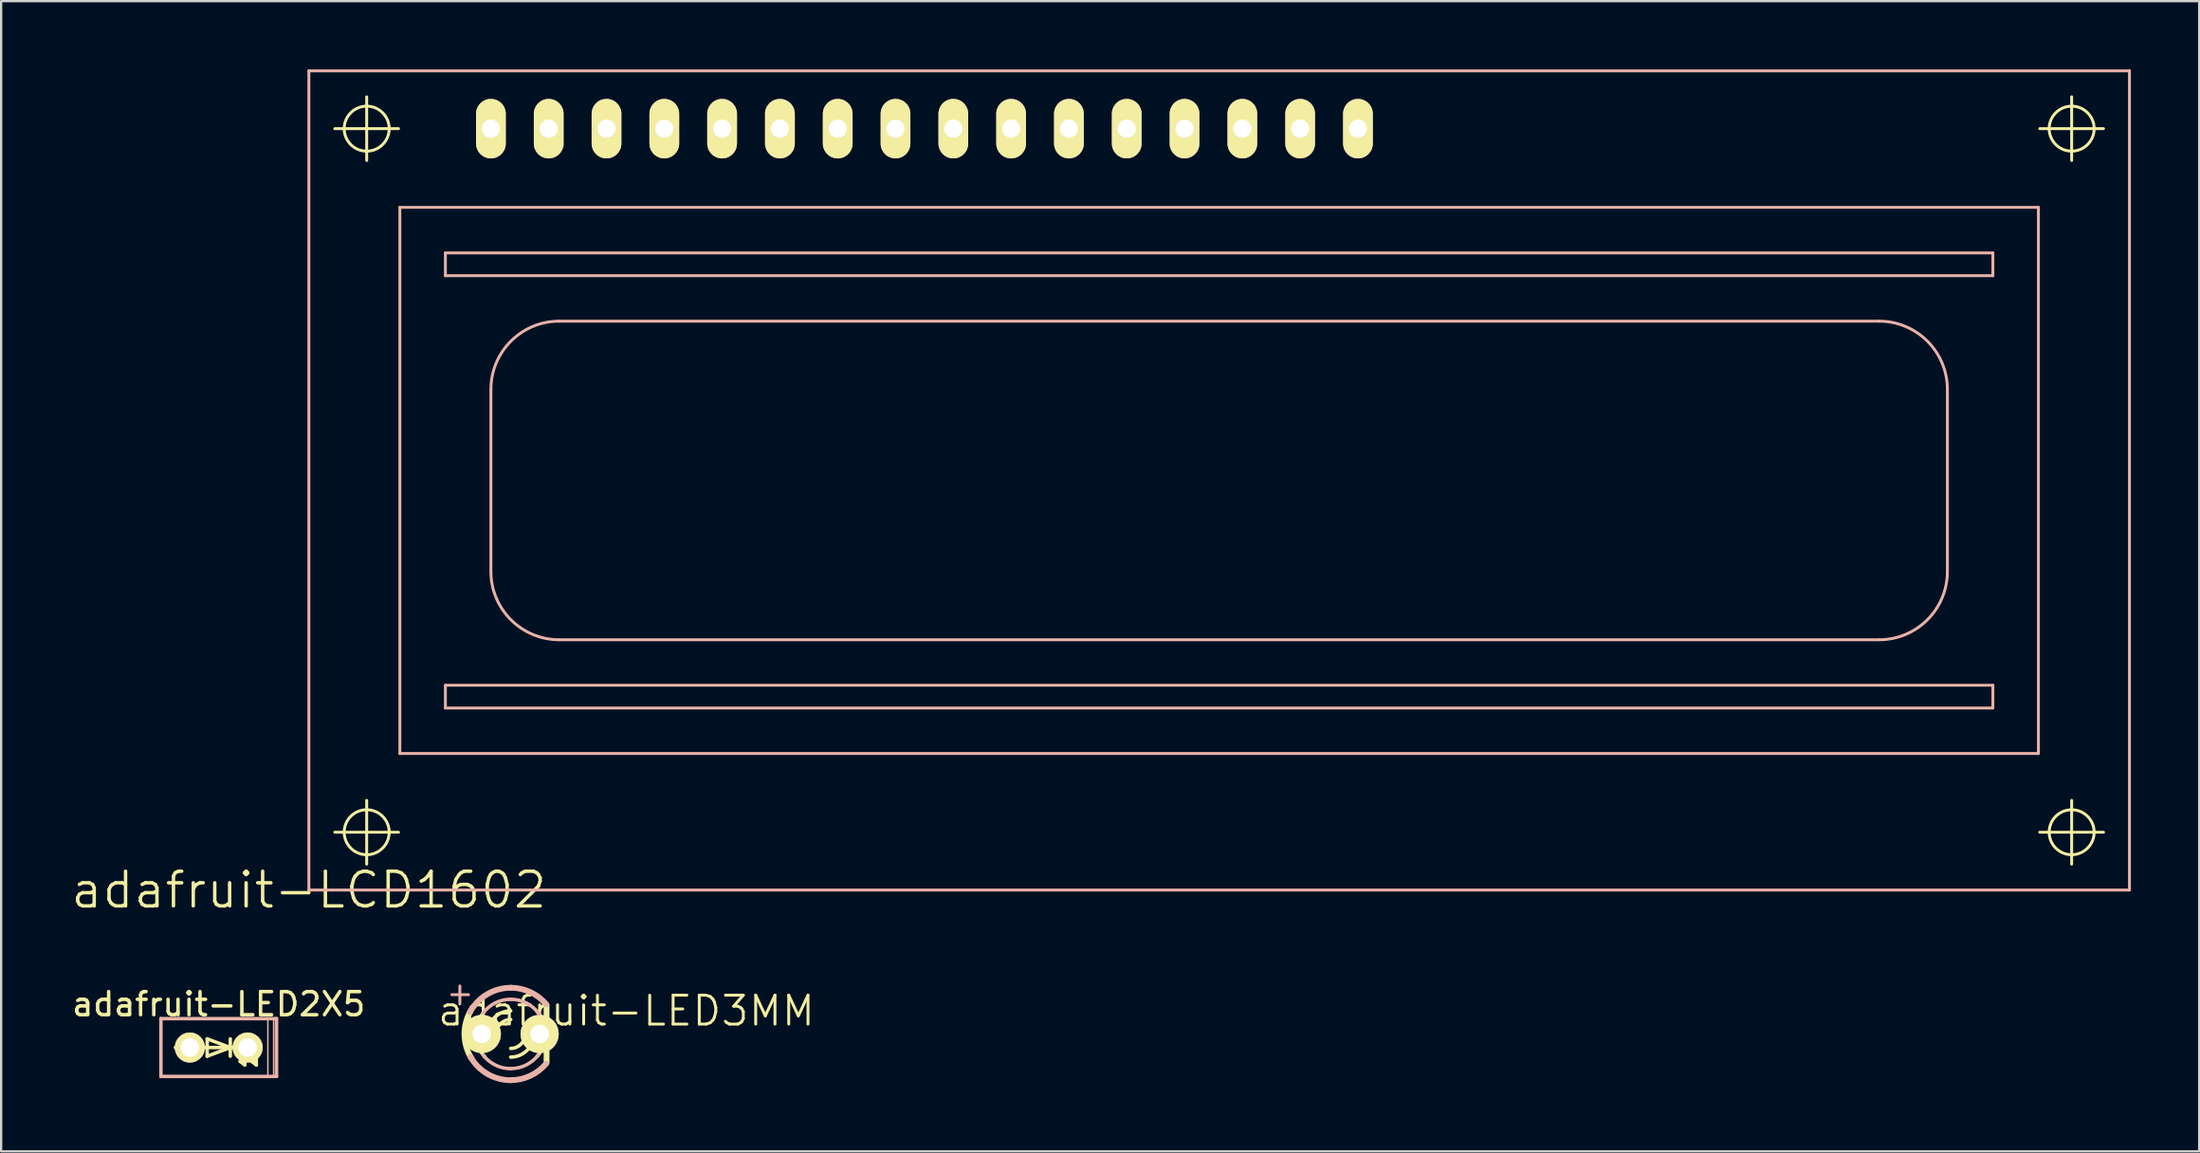
<source format=kicad_pcb>
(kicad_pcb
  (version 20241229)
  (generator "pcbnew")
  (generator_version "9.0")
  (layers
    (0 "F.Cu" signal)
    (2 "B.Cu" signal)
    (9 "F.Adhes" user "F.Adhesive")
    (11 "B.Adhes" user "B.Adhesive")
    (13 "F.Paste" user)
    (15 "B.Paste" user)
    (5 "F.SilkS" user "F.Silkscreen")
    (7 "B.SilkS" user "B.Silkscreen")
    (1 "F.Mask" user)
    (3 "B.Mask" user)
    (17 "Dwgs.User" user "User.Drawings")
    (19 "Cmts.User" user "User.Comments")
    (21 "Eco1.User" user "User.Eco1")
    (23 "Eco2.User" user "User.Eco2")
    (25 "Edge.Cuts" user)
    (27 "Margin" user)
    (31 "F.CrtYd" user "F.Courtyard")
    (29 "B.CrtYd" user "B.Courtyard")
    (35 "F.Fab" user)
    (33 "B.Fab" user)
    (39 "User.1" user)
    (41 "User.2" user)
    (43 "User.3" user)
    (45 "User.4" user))
  (footprint "adafruit-LCD1602"
    (layer "F.Cu")
    (at 10.523 36.063)
    (property "Reference" "adafruit-LCD1602" (at 0 0 0) (layer "F.SilkS") (effects (font (size 1.524 1.524) (thickness 0.15))))
    (attr exclude_from_pos_files exclude_from_bom)
    (fp_line (start 1.138 -33.459) (end 3.94 -33.459) (stroke (width 0.127) (type solid)) (layer "F.SilkS"))
    (fp_line (start 1.138 -2.54) (end 3.94 -2.54) (stroke (width 0.127) (type solid)) (layer "F.SilkS"))
    (fp_line (start 2.54 -32.06) (end 2.54 -34.859) (stroke (width 0.127) (type solid)) (layer "F.SilkS"))
    (fp_line (start 2.54 -1.138) (end 2.54 -3.94) (stroke (width 0.127) (type solid)) (layer "F.SilkS"))
    (fp_line (start 76.058 -33.459) (end 78.859 -33.459) (stroke (width 0.127) (type solid)) (layer "F.SilkS"))
    (fp_line (start 76.058 -2.54) (end 78.859 -2.54) (stroke (width 0.127) (type solid)) (layer "F.SilkS"))
    (fp_line (start 77.46 -32.06) (end 77.46 -34.859) (stroke (width 0.127) (type solid)) (layer "F.SilkS"))
    (fp_line (start 77.46 -1.138) (end 77.46 -3.94) (stroke (width 0.127) (type solid)) (layer "F.SilkS"))
    (fp_circle (center 2.54 -33.459) (end 3.239 -34.158) (stroke (width 0.127) (type solid)) (fill no) (layer "F.SilkS"))
    (fp_circle (center 2.54 -2.54) (end 3.239 -3.239) (stroke (width 0.127) (type solid)) (fill no) (layer "F.SilkS"))
    (fp_circle (center 77.46 -33.459) (end 78.158 -34.158) (stroke (width 0.127) (type solid)) (fill no) (layer "F.SilkS"))
    (fp_circle (center 77.46 -2.54) (end 78.158 -3.239) (stroke (width 0.127) (type solid)) (fill no) (layer "F.SilkS"))
    (fp_line (start 0 -35.999) (end 0 0) (stroke (width 0.127) (type solid)) (layer "B.SilkS"))
    (fp_line (start 0 0) (end 80 0) (stroke (width 0.127) (type solid)) (layer "B.SilkS"))
    (fp_line (start 3.998 -30) (end 75.999 -30) (stroke (width 0.127) (type solid)) (layer "B.SilkS"))
    (fp_line (start 3.998 -5.999) (end 3.998 -30) (stroke (width 0.127) (type solid)) (layer "B.SilkS"))
    (fp_line (start 5.999 -27.998) (end 73.998 -27.998) (stroke (width 0.127) (type solid)) (layer "B.SilkS"))
    (fp_line (start 5.999 -26.998) (end 5.999 -27.998) (stroke (width 0.127) (type solid)) (layer "B.SilkS"))
    (fp_line (start 5.999 -8.999) (end 5.999 -7.998) (stroke (width 0.127) (type solid)) (layer "B.SilkS"))
    (fp_line (start 5.999 -7.998) (end 73.998 -7.998) (stroke (width 0.127) (type solid)) (layer "B.SilkS"))
    (fp_line (start 7.998 -21.999) (end 7.998 -13.998) (stroke (width 0.127) (type solid)) (layer "B.SilkS"))
    (fp_line (start 10.998 -10.998) (end 68.999 -10.998) (stroke (width 0.127) (type solid)) (layer "B.SilkS"))
    (fp_line (start 68.999 -24.999) (end 10.998 -24.999) (stroke (width 0.127) (type solid)) (layer "B.SilkS"))
    (fp_line (start 71.999 -13.998) (end 71.999 -21.999) (stroke (width 0.127) (type solid)) (layer "B.SilkS"))
    (fp_line (start 73.998 -27.998) (end 73.998 -26.998) (stroke (width 0.127) (type solid)) (layer "B.SilkS"))
    (fp_line (start 73.998 -26.998) (end 5.999 -26.998) (stroke (width 0.127) (type solid)) (layer "B.SilkS"))
    (fp_line (start 73.998 -8.999) (end 5.999 -8.999) (stroke (width 0.127) (type solid)) (layer "B.SilkS"))
    (fp_line (start 73.998 -7.998) (end 73.998 -8.999) (stroke (width 0.127) (type solid)) (layer "B.SilkS"))
    (fp_line (start 75.999 -30) (end 75.999 -5.999) (stroke (width 0.127) (type solid)) (layer "B.SilkS"))
    (fp_line (start 75.999 -5.999) (end 3.998 -5.999) (stroke (width 0.127) (type solid)) (layer "B.SilkS"))
    (fp_line (start 80 -35.999) (end 0 -35.999) (stroke (width 0.127) (type solid)) (layer "B.SilkS"))
    (fp_line (start 80 0) (end 80 -35.999) (stroke (width 0.127) (type solid)) (layer "B.SilkS"))
    (fp_arc (start 7.99846 -21.99894) (mid 8.877064 -24.120076) (end 10.9982 -24.99868) (stroke (width 0.127) (type solid)) (layer "B.SilkS"))
    (fp_arc (start 10.9982 -10.9982) (mid 8.877064 -11.876804) (end 7.99846 -13.99794) (stroke (width 0.127) (type solid)) (layer "B.SilkS"))
    (fp_arc (start 68.9991 -24.99868) (mid 71.120236 -24.120076) (end 71.99884 -21.99894) (stroke (width 0.127) (type solid)) (layer "B.SilkS"))
    (fp_arc (start 71.99884 -13.99794) (mid 71.120236 -11.876804) (end 68.9991 -10.9982) (stroke (width 0.127) (type solid)) (layer "B.SilkS"))
    (pad "1" thru_hole oval (at 7.998 -33.459 180) (size 1.306 2.614) (drill 0.798) (layers "*.Cu" "F.Mask" "F.SilkS" "F.Paste"))
    (pad "2" thru_hole oval (at 10.538 -33.459 180) (size 1.306 2.614) (drill 0.798) (layers "*.Cu" "F.Mask" "F.SilkS" "F.Paste"))
    (pad "3" thru_hole oval (at 13.078 -33.459 180) (size 1.306 2.614) (drill 0.798) (layers "*.Cu" "F.Mask" "F.SilkS" "F.Paste"))
    (pad "4" thru_hole oval (at 15.618 -33.459 180) (size 1.306 2.614) (drill 0.798) (layers "*.Cu" "F.Mask" "F.SilkS" "F.Paste"))
    (pad "5" thru_hole oval (at 18.158 -33.459 180) (size 1.306 2.614) (drill 0.798) (layers "*.Cu" "F.Mask" "F.SilkS" "F.Paste"))
    (pad "6" thru_hole oval (at 20.698 -33.459 180) (size 1.306 2.614) (drill 0.798) (layers "*.Cu" "F.Mask" "F.SilkS" "F.Paste"))
    (pad "7" thru_hole oval (at 23.238 -33.459 180) (size 1.306 2.614) (drill 0.798) (layers "*.Cu" "F.Mask" "F.SilkS" "F.Paste"))
    (pad "8" thru_hole oval (at 25.778 -33.459 180) (size 1.306 2.614) (drill 0.798) (layers "*.Cu" "F.Mask" "F.SilkS" "F.Paste"))
    (pad "9" thru_hole oval (at 28.318 -33.459 180) (size 1.306 2.614) (drill 0.798) (layers "*.Cu" "F.Mask" "F.SilkS" "F.Paste"))
    (pad "10" thru_hole oval (at 30.858 -33.459 180) (size 1.306 2.614) (drill 0.798) (layers "*.Cu" "F.Mask" "F.SilkS" "F.Paste"))
    (pad "11" thru_hole oval (at 33.398 -33.459 180) (size 1.306 2.614) (drill 0.798) (layers "*.Cu" "F.Mask" "F.SilkS" "F.Paste"))
    (pad "12" thru_hole oval (at 35.938 -33.459 180) (size 1.306 2.614) (drill 0.798) (layers "*.Cu" "F.Mask" "F.SilkS" "F.Paste"))
    (pad "13" thru_hole oval (at 38.478 -33.459 180) (size 1.306 2.614) (drill 0.798) (layers "*.Cu" "F.Mask" "F.SilkS" "F.Paste"))
    (pad "14" thru_hole oval (at 41.018 -33.459 180) (size 1.306 2.614) (drill 0.798) (layers "*.Cu" "F.Mask" "F.SilkS" "F.Paste"))
    (pad "15" thru_hole oval (at 43.558 -33.459 180) (size 1.306 2.614) (drill 0.798) (layers "*.Cu" "F.Mask" "F.SilkS" "F.Paste"))
    (pad "16" thru_hole oval (at 46.098 -33.459 180) (size 1.306 2.614) (drill 0.798) (layers "*.Cu" "F.Mask" "F.SilkS" "F.Paste")))
  (footprint "adafruit-LED2X5"
    (layer "F.Cu")
    (at 6.562 42.985)
    (property "Reference" "adafruit-LED2X5" (at 0 -1.905 0) (layer "F.SilkS") (effects (font (size 1.016 1.016) (thickness 0.152))))
    (attr exclude_from_pos_files exclude_from_bom)
    (fp_line (start -1.905 0) (end 0.508 0) (stroke (width 0.152) (type solid)) (layer "F.SilkS"))
    (fp_line (start -0.508 -0.381) (end -0.508 0.381) (stroke (width 0.152) (type solid)) (layer "F.SilkS"))
    (fp_line (start -0.508 -0.381) (end 0.508 0) (stroke (width 0.152) (type solid)) (layer "F.SilkS"))
    (fp_line (start 0.508 -0.381) (end 0.508 0) (stroke (width 0.152) (type solid)) (layer "F.SilkS"))
    (fp_line (start 0.508 0) (end -0.508 0.381) (stroke (width 0.152) (type solid)) (layer "F.SilkS"))
    (fp_line (start 0.508 0) (end 0.508 0.381) (stroke (width 0.152) (type solid)) (layer "F.SilkS"))
    (fp_line (start 0.508 0) (end 1.778 0) (stroke (width 0.152) (type solid)) (layer "F.SilkS"))
    (fp_line (start 0.889 0.254) (end 1.143 0.762) (stroke (width 0.152) (type solid)) (layer "F.SilkS"))
    (fp_line (start 0.94 0.61) (end 1.143 0.508) (stroke (width 0.152) (type solid)) (layer "F.SilkS"))
    (fp_line (start 1.143 0.762) (end 0.94 0.61) (stroke (width 0.152) (type solid)) (layer "F.SilkS"))
    (fp_line (start 1.143 0.762) (end 1.143 0.508) (stroke (width 0.152) (type solid)) (layer "F.SilkS"))
    (fp_line (start 1.397 0.254) (end 1.651 0.762) (stroke (width 0.152) (type solid)) (layer "F.SilkS"))
    (fp_line (start 1.448 0.61) (end 1.651 0.508) (stroke (width 0.152) (type solid)) (layer "F.SilkS"))
    (fp_line (start 1.651 0.762) (end 1.448 0.61) (stroke (width 0.152) (type solid)) (layer "F.SilkS"))
    (fp_line (start 1.651 0.762) (end 1.651 0.508) (stroke (width 0.152) (type solid)) (layer "F.SilkS"))
    (fp_line (start -2.54 1.27) (end -2.54 -1.27) (stroke (width 0.152) (type solid)) (layer "B.SilkS"))
    (fp_line (start -2.54 1.27) (end 2.54 1.27) (stroke (width 0.152) (type solid)) (layer "B.SilkS"))
    (fp_line (start 2.159 -1.27) (end 2.413 -1.27) (stroke (width 0.066) (type solid)) (layer "B.SilkS"))
    (fp_line (start 2.159 1.27) (end 2.159 -1.27) (stroke (width 0.066) (type solid)) (layer "B.SilkS"))
    (fp_line (start 2.159 1.27) (end 2.413 1.27) (stroke (width 0.066) (type solid)) (layer "B.SilkS"))
    (fp_line (start 2.413 1.27) (end 2.413 -1.27) (stroke (width 0.066) (type solid)) (layer "B.SilkS"))
    (fp_line (start 2.54 -1.27) (end -2.54 -1.27) (stroke (width 0.152) (type solid)) (layer "B.SilkS"))
    (fp_line (start 2.54 -1.27) (end 2.54 1.27) (stroke (width 0.152) (type solid)) (layer "B.SilkS"))
    (pad "A" thru_hole circle (at -1.27 0) (size 1.321 1.321) (drill 0.813) (layers "*.Cu" "F.Mask" "F.SilkS" "F.Paste"))
    (pad "K" thru_hole circle (at 1.27 0) (size 1.321 1.321) (drill 0.813) (layers "*.Cu" "F.Mask" "F.SilkS" "F.Paste")))
  (footprint "adafruit-LED3MM"
    (layer "F.Cu")
    (at 19.392 42.389)
    (property "Reference" "adafruit-LED3MM" (at 5.08 -1.016 0) (layer "F.SilkS") (effects (font (size 1.27 1.27) (thickness 0.127))))
    (attr exclude_from_pos_files exclude_from_bom)
    (fp_line (start 1.575 1.27) (end 1.575 -1.27) (stroke (width 0.254) (type solid)) (layer "F.SilkS"))
    (fp_arc (start -2.032 0) (mid -1.970347 -0.496745) (end -1.78913 -0.963347) (stroke (width 0.254) (type solid)) (layer "F.SilkS"))
    (fp_arc (start -1.72974 1.06426) (mid -1.954164 0.553076) (end -2.030923 0.0001) (stroke (width 0.254) (type solid)) (layer "F.SilkS"))
    (fp_arc (start -1.524 0) (mid -1.432999 -0.518738) (end -1.170864 -0.975527) (stroke (width 0.1524) (type solid)) (layer "F.SilkS"))
    (fp_arc (start -1.13792 1.01092) (mid -1.422742 0.540951) (end -1.522111 0.000469) (stroke (width 0.1524) (type solid)) (layer "F.SilkS"))
    (fp_arc (start -1.016 0) (mid -0.71842 -0.71842) (end 0 -1.016) (stroke (width 0.1524) (type solid)) (layer "F.SilkS"))
    (fp_arc (start -0.635 0) (mid -0.449013 -0.449013) (end 0 -0.635) (stroke (width 0.1524) (type solid)) (layer "F.SilkS"))
    (fp_arc (start 0.635 0) (mid 0.449013 0.449013) (end 0 0.635) (stroke (width 0.1524) (type solid)) (layer "F.SilkS"))
    (fp_arc (start 1.016 0) (mid 0.71842 0.71842) (end 0 1.016) (stroke (width 0.1524) (type solid)) (layer "F.SilkS"))
    (fp_arc (start 1.1557 -0.9906) (mid 1.427593 -0.528119) (end 1.522147 -0.000034) (stroke (width 0.1524) (type solid)) (layer "F.SilkS"))
    (fp_arc (start 1.524 0) (mid 1.432999 0.518738) (end 1.170864 0.975527) (stroke (width 0.1524) (type solid)) (layer "F.SilkS"))
    (fp_line (start -2.588 -1.727) (end -1.854 -1.727) (stroke (width 0.127) (type solid)) (layer "B.SilkS"))
    (fp_line (start -2.235 -1.321) (end -2.235 -2.108) (stroke (width 0.127) (type solid)) (layer "B.SilkS"))
    (fp_arc (start -1.7907 -0.95504) (mid -1.044567 -1.739997) (end -0.000975 -2.02946) (stroke (width 0.254) (type solid)) (layer "B.SilkS"))
    (fp_arc (start -1.2192 -0.9144) (mid -0.681912 -1.362928) (end -0.000801 -1.524) (stroke (width 0.1524) (type solid)) (layer "B.SilkS"))
    (fp_arc (start 0 -2.032) (mid 0.860367 -1.840867) (end 1.55888 -1.303426) (stroke (width 0.254) (type solid)) (layer "B.SilkS"))
    (fp_arc (start 0 -1.524) (mid 0.696618 -1.35547) (end 1.239166 -0.887155) (stroke (width 0.1524) (type solid)) (layer "B.SilkS"))
    (fp_arc (start 0 1.524) (mid -0.669273 1.369179) (end -1.202564 0.936171) (stroke (width 0.1524) (type solid)) (layer "B.SilkS"))
    (fp_arc (start 0 2.032) (mid -1.01907 1.757988) (end -1.763299 1.009851) (stroke (width 0.254) (type solid)) (layer "B.SilkS"))
    (fp_arc (start 1.20142 0.93472) (mid 0.668882 1.367373) (end 0.000442 1.522206) (stroke (width 0.1524) (type solid)) (layer "B.SilkS"))
    (fp_arc (start 1.5494 1.31064) (mid 0.855154 1.840416) (end 0.002552 2.029387) (stroke (width 0.254) (type solid)) (layer "B.SilkS"))
    (pad "A" thru_hole circle (at -1.27 0) (size 1.676 1.676) (drill 0.813) (layers "*.Cu" "F.Mask" "F.SilkS" "F.Paste"))
    (pad "K" thru_hole circle (at 1.27 0) (size 1.676 1.676) (drill 0.813) (layers "*.Cu" "F.Mask" "F.SilkS" "F.Paste")))
  (gr_rect
    (start -3 -3)
    (end 93.586 47.548)
    (stroke (width 0.1) (type default))
    (fill no)
    (layer "Edge.Cuts")))
</source>
